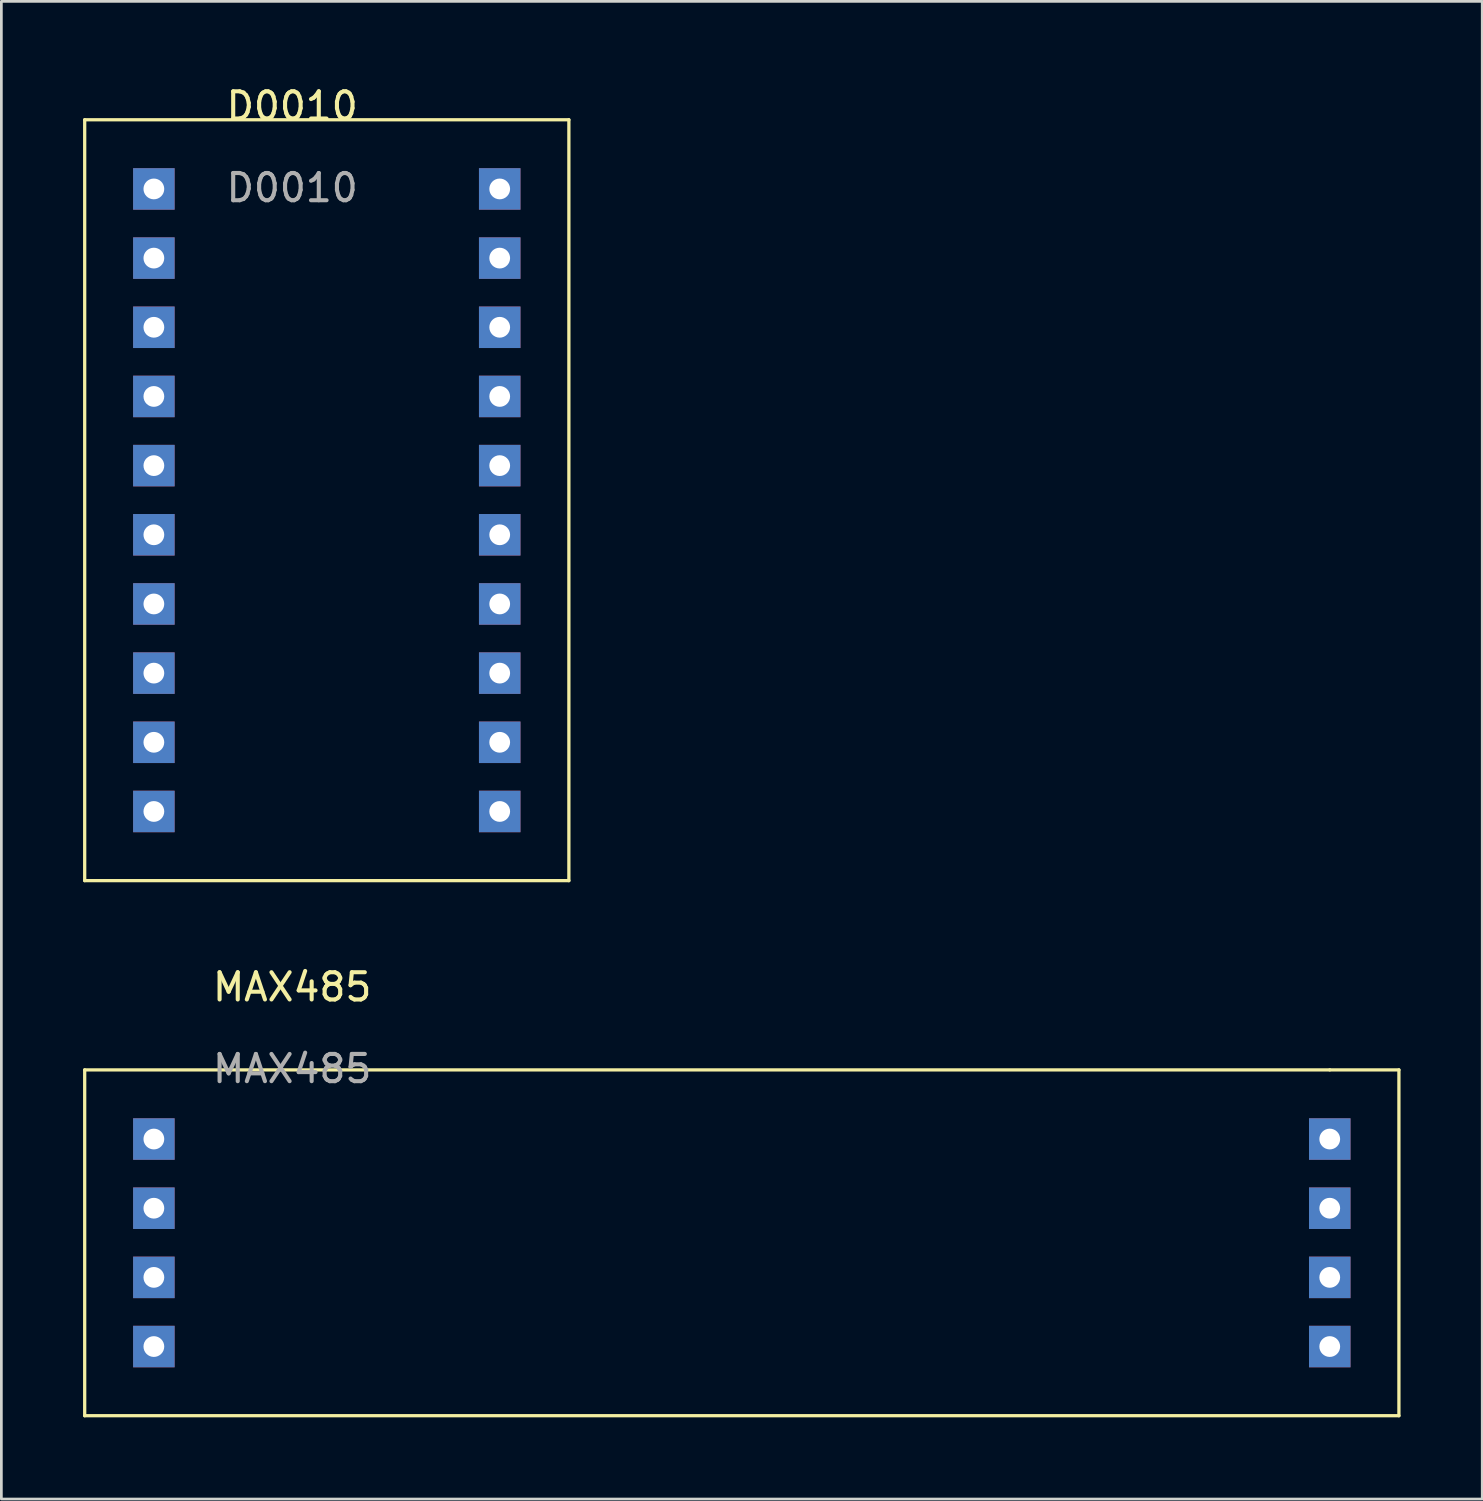
<source format=kicad_pcb>
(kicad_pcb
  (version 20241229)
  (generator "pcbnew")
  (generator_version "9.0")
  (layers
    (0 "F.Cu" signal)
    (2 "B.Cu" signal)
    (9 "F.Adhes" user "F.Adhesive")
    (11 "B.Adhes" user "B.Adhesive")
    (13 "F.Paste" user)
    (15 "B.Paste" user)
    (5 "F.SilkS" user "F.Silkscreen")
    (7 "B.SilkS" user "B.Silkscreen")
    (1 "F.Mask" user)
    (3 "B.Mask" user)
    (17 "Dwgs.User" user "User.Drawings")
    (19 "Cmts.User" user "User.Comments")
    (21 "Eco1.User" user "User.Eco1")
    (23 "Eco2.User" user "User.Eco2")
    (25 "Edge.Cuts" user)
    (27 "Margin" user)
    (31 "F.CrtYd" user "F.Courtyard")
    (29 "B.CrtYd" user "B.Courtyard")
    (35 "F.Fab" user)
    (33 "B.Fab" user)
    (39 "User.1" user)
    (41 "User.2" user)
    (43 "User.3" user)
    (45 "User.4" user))
  (footprint "D0010"
    (layer "F.Cu")
    (at 7.68 1.348)
    (property "Reference" "D0010" (at 0 -0.5 0) (unlocked yes) (layer "F.SilkS") (effects (font (size 1 1) (thickness 0.15))))
    (attr through_hole)
    (fp_line (start -7.62 0) (end 10.16 0) (stroke (width 0.12) (type solid)) (layer "F.SilkS"))
    (fp_line (start -7.62 27.94) (end -7.62 0) (stroke (width 0.12) (type solid)) (layer "F.SilkS"))
    (fp_line (start 10.16 0) (end 10.16 27.94) (stroke (width 0.12) (type solid)) (layer "F.SilkS"))
    (fp_line (start 10.16 27.94) (end -7.62 27.94) (stroke (width 0.12) (type solid)) (layer "F.SilkS"))
    (fp_text user "${REFERENCE}" (at 0 2.5 0) (unlocked yes) (layer "F.Fab") (effects (font (size 1 1) (thickness 0.15))))
    (pad "1" thru_hole rect (at -5.08 2.54) (size 1.524 1.524) (drill 0.762) (layers "*.Cu" "*.Mask"))
    (pad "2" thru_hole rect (at -5.08 5.08) (size 1.524 1.524) (drill 0.762) (layers "*.Cu" "*.Mask"))
    (pad "3" thru_hole rect (at -5.08 7.62) (size 1.524 1.524) (drill 0.762) (layers "*.Cu" "*.Mask"))
    (pad "4" thru_hole rect (at -5.08 10.16) (size 1.524 1.524) (drill 0.762) (layers "*.Cu" "*.Mask"))
    (pad "5" thru_hole rect (at -5.08 12.7) (size 1.524 1.524) (drill 0.762) (layers "*.Cu" "*.Mask"))
    (pad "6" thru_hole rect (at -5.08 15.24) (size 1.524 1.524) (drill 0.762) (layers "*.Cu" "*.Mask"))
    (pad "7" thru_hole rect (at -5.08 17.78) (size 1.524 1.524) (drill 0.762) (layers "*.Cu" "*.Mask"))
    (pad "8" thru_hole rect (at -5.08 20.32) (size 1.524 1.524) (drill 0.762) (layers "*.Cu" "*.Mask"))
    (pad "9" thru_hole rect (at -5.08 22.86) (size 1.524 1.524) (drill 0.762) (layers "*.Cu" "*.Mask"))
    (pad "10" thru_hole rect (at -5.08 25.4) (size 1.524 1.524) (drill 0.762) (layers "*.Cu" "*.Mask"))
    (pad "11" thru_hole rect (at 7.62 2.54) (size 1.524 1.524) (drill 0.762) (layers "*.Cu" "*.Mask"))
    (pad "12" thru_hole rect (at 7.62 5.08) (size 1.524 1.524) (drill 0.762) (layers "*.Cu" "*.Mask"))
    (pad "13" thru_hole rect (at 7.62 7.62) (size 1.524 1.524) (drill 0.762) (layers "*.Cu" "*.Mask"))
    (pad "14" thru_hole rect (at 7.62 10.16) (size 1.524 1.524) (drill 0.762) (layers "*.Cu" "*.Mask"))
    (pad "15" thru_hole rect (at 7.62 12.7) (size 1.524 1.524) (drill 0.762) (layers "*.Cu" "*.Mask"))
    (pad "16" thru_hole rect (at 7.62 15.24) (size 1.524 1.524) (drill 0.762) (layers "*.Cu" "*.Mask"))
    (pad "17" thru_hole rect (at 7.62 17.78) (size 1.524 1.524) (drill 0.762) (layers "*.Cu" "*.Mask"))
    (pad "18" thru_hole rect (at 7.62 20.32) (size 1.524 1.524) (drill 0.762) (layers "*.Cu" "*.Mask"))
    (pad "19" thru_hole rect (at 7.62 22.86) (size 1.524 1.524) (drill 0.762) (layers "*.Cu" "*.Mask"))
    (pad "20" thru_hole rect (at 7.62 25.4) (size 1.524 1.524) (drill 0.762) (layers "*.Cu" "*.Mask")))
  (footprint "MAX485"
    (layer "F.Cu")
    (at 7.68 33.697)
    (property "Reference" "MAX485" (at 0 -0.5 0) (unlocked yes) (layer "F.SilkS") (effects (font (size 1 1) (thickness 0.15))))
    (attr through_hole)
    (fp_line (start -7.62 2.54) (end 38.1 2.54) (stroke (width 0.12) (type solid)) (layer "F.SilkS"))
    (fp_line (start -7.62 15.24) (end -7.62 2.54) (stroke (width 0.12) (type solid)) (layer "F.SilkS"))
    (fp_line (start 38.1 2.54) (end 40.64 2.54) (stroke (width 0.12) (type solid)) (layer "F.SilkS"))
    (fp_line (start 40.64 2.54) (end 40.64 15.24) (stroke (width 0.12) (type solid)) (layer "F.SilkS"))
    (fp_line (start 40.64 15.24) (end -7.62 15.24) (stroke (width 0.12) (type solid)) (layer "F.SilkS"))
    (fp_text user "${REFERENCE}" (at 0 2.5 0) (unlocked yes) (layer "F.Fab") (effects (font (size 1 1) (thickness 0.15))))
    (pad "1" thru_hole rect (at -5.08 5.08) (size 1.524 1.524) (drill 0.762) (layers "*.Cu" "*.Mask"))
    (pad "2" thru_hole rect (at -5.08 7.62) (size 1.524 1.524) (drill 0.762) (layers "*.Cu" "*.Mask"))
    (pad "3" thru_hole rect (at -5.08 10.16) (size 1.524 1.524) (drill 0.762) (layers "*.Cu" "*.Mask"))
    (pad "4" thru_hole rect (at -5.08 12.7) (size 1.524 1.524) (drill 0.762) (layers "*.Cu" "*.Mask"))
    (pad "5" thru_hole rect (at 38.1 5.08) (size 1.524 1.524) (drill 0.762) (layers "*.Cu" "*.Mask"))
    (pad "6" thru_hole rect (at 38.1 7.62) (size 1.524 1.524) (drill 0.762) (layers "*.Cu" "*.Mask"))
    (pad "7" thru_hole rect (at 38.1 10.16) (size 1.524 1.524) (drill 0.762) (layers "*.Cu" "*.Mask"))
    (pad "8" thru_hole rect (at 38.1 12.7) (size 1.524 1.524) (drill 0.762) (layers "*.Cu" "*.Mask")))
  (gr_rect
    (start -3 -3)
    (end 51.38 51.996)
    (stroke (width 0.1) (type default))
    (fill no)
    (layer "Edge.Cuts")))
</source>
